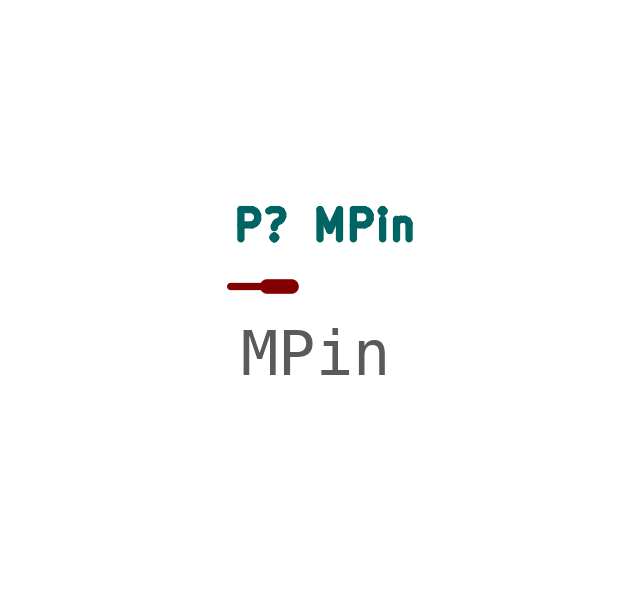
<source format=kicad_sym>
(kicad_symbol_lib
  (version 20220914)
  (generator kicad_symbol_editor)
  (symbol "MPin"
    (pin_numbers hide)
    (pin_names
      (offset 0))
    (property "Reference" "P"
      (at 0.635 1.27 0)
      (effects (font (size 0.61 0.61))))
    (property "Value" "MPin"
      (at 2.794 1.27 0)
      (effects (font (size 0.61 0.61))))
    (symbol "MPin_0_1"
      (polyline (pts (xy 0.762 0) (xy 1.27 0)) (stroke (width 0.305) (type solid)) (fill (type none))))
    (symbol "MPin_1_1"
      (pin passive line (at 0 0 0) (length 0.635) (name "~" (effects (font (size 0.508 0.508)))) (number "1" (effects (font (size 0.508 0.508))))))))
</source>
